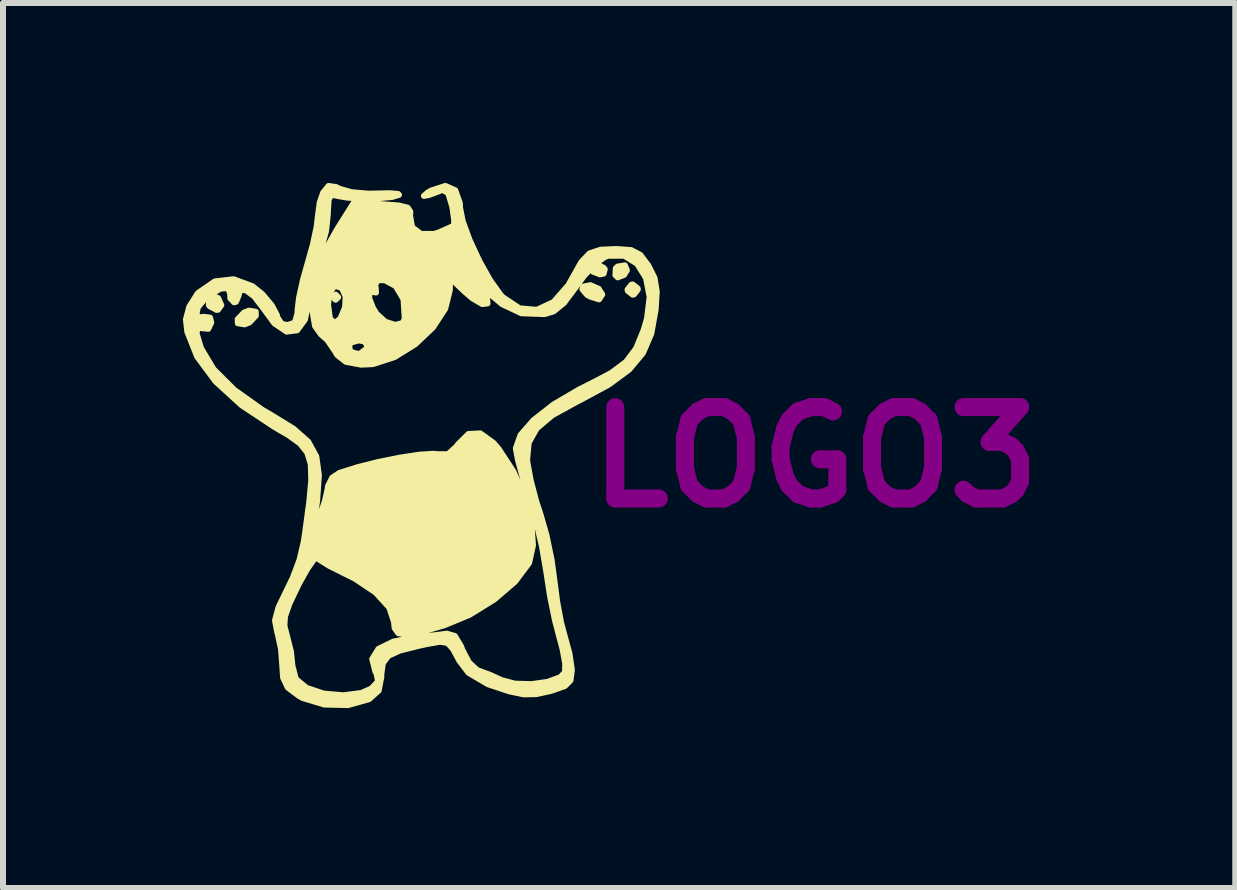
<source format=kicad_pcb>
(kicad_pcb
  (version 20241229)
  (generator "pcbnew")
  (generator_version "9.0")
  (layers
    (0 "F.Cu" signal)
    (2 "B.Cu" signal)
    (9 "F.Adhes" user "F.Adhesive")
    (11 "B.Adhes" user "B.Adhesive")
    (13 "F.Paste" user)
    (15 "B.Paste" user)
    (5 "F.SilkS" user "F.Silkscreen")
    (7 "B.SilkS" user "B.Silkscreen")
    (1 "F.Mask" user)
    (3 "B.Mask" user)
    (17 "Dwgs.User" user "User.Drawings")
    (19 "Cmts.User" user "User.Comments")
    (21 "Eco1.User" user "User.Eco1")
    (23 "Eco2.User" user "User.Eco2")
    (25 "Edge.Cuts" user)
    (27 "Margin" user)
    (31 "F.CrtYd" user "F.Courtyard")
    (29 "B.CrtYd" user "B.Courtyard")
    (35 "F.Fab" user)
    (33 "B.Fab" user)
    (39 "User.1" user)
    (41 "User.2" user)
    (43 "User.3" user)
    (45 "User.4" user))
  (footprint "LOGO3"
    (layer "F.Cu")
    (at 4.197 4.318)
    (property "Reference" "LOGO3" (at 6.35 0.254 0) (layer "F.Adhes") (effects (font (size 1.524 1.524) (thickness 0.3))))
    (attr through_hole)
    (fp_poly (pts (xy -1.609 -2.413) (xy -1.651 -2.371) (xy -1.693 -2.413) (xy -1.651 -2.455) (xy -1.609 -2.413)) (stroke (width 0.1) (type solid)) (fill yes) (layer "F.SilkS"))
    (fp_poly (pts (xy 3.205 -2.861) (xy 3.158 -2.785) (xy 3.052 -2.744) (xy 3.014 -2.781) (xy 3.021 -2.895) (xy 3.052 -2.924) (xy 3.172 -2.943) (xy 3.205 -2.861)) (stroke (width 0.1) (type solid)) (fill yes) (layer "F.SilkS"))
    (fp_poly (pts (xy -3.558 -2.28) (xy -3.612 -2.204) (xy -3.636 -2.201) (xy -3.751 -2.263) (xy -3.764 -2.28) (xy -3.76 -2.381) (xy -3.67 -2.424) (xy -3.61 -2.397) (xy -3.558 -2.28)) (stroke (width 0.1) (type solid)) (fill yes) (layer "F.SilkS"))
    (fp_poly (pts (xy -2.982 -2.104) (xy -3.089 -1.991) (xy -3.171 -1.96) (xy -3.282 -1.979) (xy -3.284 -2.045) (xy -3.177 -2.157) (xy -3.095 -2.188) (xy -2.983 -2.17) (xy -2.982 -2.104)) (stroke (width 0.1) (type solid)) (fill yes) (layer "F.SilkS"))
    (fp_poly (pts (xy 2.794 -2.458) (xy 2.741 -2.377) (xy 2.586 -2.426) (xy 2.542 -2.452) (xy 2.464 -2.545) (xy 2.475 -2.588) (xy 2.596 -2.613) (xy 2.734 -2.553) (xy 2.794 -2.458)) (stroke (width 0.1) (type solid)) (fill yes) (layer "F.SilkS"))
    (fp_poly (pts (xy 2.836 -2.879) (xy 2.817 -2.806) (xy 2.757 -2.794) (xy 2.641 -2.838) (xy 2.625 -2.879) (xy 2.685 -2.961) (xy 2.704 -2.963) (xy 2.819 -2.902) (xy 2.836 -2.879)) (stroke (width 0.1) (type solid)) (fill yes) (layer "F.SilkS"))
    (fp_poly (pts (xy 3.387 -2.54) (xy 3.322 -2.458) (xy 3.302 -2.455) (xy 3.22 -2.52) (xy 3.217 -2.54) (xy 3.282 -2.622) (xy 3.302 -2.625) (xy 3.384 -2.56) (xy 3.387 -2.54)) (stroke (width 0.1) (type solid)) (fill yes) (layer "F.SilkS"))
    (fp_poly (pts (xy 3.703 -2.506) (xy 3.685 -2.207) (xy 3.612 -1.805) (xy 3.585 -1.742) (xy 3.585 -2.417) (xy 3.524 -2.733) (xy 3.376 -2.971) (xy 3.161 -3.104) (xy 2.897 -3.104) (xy 2.837 -3.084) (xy 2.68 -2.972) (xy 2.488 -2.765) (xy 2.354 -2.582) (xy 2.155 -2.316) (xy 1.982 -2.176) (xy 1.831 -2.131) (xy 1.446 -2.145) (xy 1.128 -2.295) (xy 1.019 -2.386) (xy 0.888 -2.496) (xy 0.854 -2.484) (xy 0.87 -2.431) (xy 0.881 -2.309) (xy 0.807 -2.3) (xy 0.807 -2.625) (xy 0.796 -2.692) (xy 0.722 -2.868) (xy 0.635 -3.048) (xy 0.511 -3.279) (xy 0.415 -3.433) (xy 0.378 -3.471) (xy 0.39 -3.404) (xy 0.463 -3.228) (xy 0.55 -3.048) (xy 0.674 -2.817) (xy 0.77 -2.663) (xy 0.807 -2.625) (xy 0.807 -2.3) (xy 0.793 -2.299) (xy 0.63 -2.394) (xy 0.491 -2.514) (xy 0.254 -2.741) (xy 0.254 -2.535) (xy 0.176 -2.221) (xy -0.029 -1.908) (xy -0.323 -1.629) (xy -0.498 -1.52) (xy -0.498 -2.053) (xy -0.519 -2.381) (xy -0.647 -2.595) (xy -0.657 -2.603) (xy -0.83 -2.696) (xy -0.957 -2.697) (xy -0.993 -2.609) (xy -0.984 -2.578) (xy -0.978 -2.491) (xy -1.017 -2.498) (xy -1.09 -2.499) (xy -1.091 -2.394) (xy -1.027 -2.231) (xy -0.969 -2.136) (xy -0.823 -2.004) (xy -0.659 -1.95) (xy -0.532 -1.982) (xy -0.498 -2.053) (xy -0.498 -1.52) (xy -0.669 -1.414) (xy -1.027 -1.298) (xy -1.12 -1.293) (xy -1.12 -1.593) (xy -1.162 -1.673) (xy -1.263 -1.693) (xy -1.415 -1.652) (xy -1.424 -1.549) (xy -1.381 -1.494) (xy -1.255 -1.462) (xy -1.139 -1.551) (xy -1.12 -1.593) (xy -1.12 -1.293) (xy -1.226 -1.288) (xy -1.479 -1.335) (xy -1.484 -1.339) (xy -1.484 -2.428) (xy -1.547 -2.565) (xy -1.653 -2.602) (xy -1.684 -2.588) (xy -1.753 -2.468) (xy -1.778 -2.295) (xy -1.747 -2.059) (xy -1.67 -1.977) (xy -1.572 -2.055) (xy -1.493 -2.244) (xy -1.484 -2.428) (xy -1.484 -1.339) (xy -1.625 -1.45) (xy -1.664 -1.517) (xy -1.79 -1.701) (xy -1.899 -1.797) (xy -1.995 -1.933) (xy -2.042 -2.217) (xy -2.047 -2.311) (xy -2.062 -2.752) (xy -2.093 -2.371) (xy -2.163 -2.039) (xy -2.293 -1.861) (xy -2.468 -1.839) (xy -2.671 -1.976) (xy -2.866 -2.241) (xy -3.006 -2.425) (xy -3.143 -2.528) (xy -3.244 -2.536) (xy -3.271 -2.434) (xy -3.313 -2.336) (xy -3.344 -2.328) (xy -3.407 -2.396) (xy -3.409 -2.473) (xy -3.446 -2.568) (xy -3.576 -2.554) (xy -3.771 -2.436) (xy -3.831 -2.387) (xy -3.947 -2.246) (xy -3.975 -2.125) (xy -3.913 -2.073) (xy -3.852 -2.086) (xy -3.745 -2.072) (xy -3.725 -1.99) (xy -3.774 -1.886) (xy -3.852 -1.893) (xy -3.953 -1.904) (xy -3.97 -1.81) (xy -3.904 -1.591) (xy -3.889 -1.551) (xy -3.686 -1.212) (xy -3.339 -0.866) (xy -2.87 -0.533) (xy -2.726 -0.449) (xy -2.352 -0.219) (xy -2.107 -0.002) (xy -1.973 0.244) (xy -1.93 0.558) (xy -1.96 0.982) (xy -1.981 1.143) (xy -2.04 1.566) (xy -1.91 1.228) (xy -1.828 0.98) (xy -1.782 0.778) (xy -1.779 0.739) (xy -1.707 0.596) (xy -1.587 0.517) (xy -1.294 0.424) (xy -0.94 0.335) (xy -0.577 0.262) (xy -0.253 0.213) (xy -0.019 0.198) (xy 0.044 0.205) (xy 0.224 0.205) (xy 0.367 0.075) (xy 0.388 0.043) (xy 0.565 -0.132) (xy 0.761 -0.142) (xy 0.98 0.016) (xy 1.067 0.116) (xy 1.313 0.494) (xy 1.498 0.917) (xy 1.611 1.34) (xy 1.64 1.721) (xy 1.575 2.016) (xy 1.571 2.023) (xy 1.342 2.328) (xy 0.995 2.627) (xy 0.579 2.884) (xy 0.164 3.056) (xy -0.215 3.166) (xy -0.463 3.211) (xy -0.605 3.19) (xy -0.667 3.102) (xy -0.677 3.002) (xy -0.757 2.76) (xy -0.983 2.512) (xy -1.334 2.277) (xy -1.523 2.184) (xy -1.755 2.068) (xy -1.917 1.967) (xy -1.956 1.931) (xy -2.014 1.961) (xy -2.122 2.114) (xy -2.258 2.357) (xy -2.282 2.405) (xy -2.425 2.707) (xy -2.496 2.912) (xy -2.505 3.069) (xy -2.464 3.228) (xy -2.396 3.497) (xy -2.371 3.735) (xy -2.314 3.954) (xy -2.138 4.1) (xy -1.852 4.196) (xy -1.522 4.225) (xy -1.219 4.186) (xy -1.053 4.111) (xy -0.942 3.992) (xy -0.97 3.859) (xy -0.989 3.826) (xy -1.041 3.62) (xy -0.937 3.451) (xy -0.687 3.329) (xy -0.406 3.273) (xy -0.119 3.238) (xy 0.118 3.209) (xy 0.202 3.197) (xy 0.337 3.236) (xy 0.442 3.413) (xy 0.463 3.469) (xy 0.572 3.677) (xy 0.707 3.803) (xy 0.726 3.811) (xy 0.924 3.884) (xy 1.115 3.972) (xy 1.338 4.031) (xy 1.614 4.039) (xy 1.885 4.001) (xy 2.093 3.924) (xy 2.174 3.843) (xy 2.177 3.696) (xy 2.133 3.454) (xy 2.085 3.277) (xy 2.004 2.964) (xy 1.924 2.569) (xy 1.864 2.179) (xy 1.79 1.744) (xy 1.678 1.268) (xy 1.568 0.902) (xy 1.465 0.58) (xy 1.389 0.3) (xy 1.355 0.117) (xy 1.355 0.102) (xy 1.432 -0.114) (xy 1.648 -0.362) (xy 1.982 -0.623) (xy 2.41 -0.875) (xy 2.564 -0.951) (xy 2.939 -1.146) (xy 3.191 -1.334) (xy 3.36 -1.559) (xy 3.485 -1.865) (xy 3.54 -2.053) (xy 3.585 -2.417) (xy 3.585 -1.742) (xy 3.473 -1.482) (xy 3.245 -1.208) (xy 2.903 -0.955) (xy 2.422 -0.695) (xy 2.371 -0.67) (xy 1.963 -0.446) (xy 1.702 -0.226) (xy 1.568 0.012) (xy 1.542 0.294) (xy 1.548 0.354) (xy 1.602 0.645) (xy 1.695 0.996) (xy 1.763 1.203) (xy 1.863 1.551) (xy 1.95 1.968) (xy 1.996 2.304) (xy 2.043 2.666) (xy 2.107 3.01) (xy 2.171 3.249) (xy 2.247 3.526) (xy 2.285 3.782) (xy 2.286 3.817) (xy 2.265 3.976) (xy 2.17 4.071) (xy 1.957 4.146) (xy 1.933 4.153) (xy 1.694 4.205) (xy 1.485 4.209) (xy 1.245 4.159) (xy 0.915 4.049) (xy 0.889 4.04) (xy 0.564 3.849) (xy 0.41 3.645) (xy 0.305 3.45) (xy 0.216 3.352) (xy 0.089 3.332) (xy -0.128 3.37) (xy -0.262 3.399) (xy -0.584 3.48) (xy -0.773 3.567) (xy -0.863 3.688) (xy -0.889 3.872) (xy -0.889 3.917) (xy -0.933 4.145) (xy -1.091 4.287) (xy -1.101 4.292) (xy -1.445 4.388) (xy -1.839 4.379) (xy -2.201 4.27) (xy -2.265 4.234) (xy -2.45 4.094) (xy -2.527 3.929) (xy -2.54 3.732) (xy -2.562 3.45) (xy -2.616 3.2) (xy -2.624 3.176) (xy -2.662 2.977) (xy -2.603 2.758) (xy -2.547 2.641) (xy -2.366 2.268) (xy -2.253 1.968) (xy -2.183 1.669) (xy -2.161 1.524) (xy -2.092 1.013) (xy -2.057 0.639) (xy -2.065 0.37) (xy -2.125 0.176) (xy -2.245 0.026) (xy -2.435 -0.111) (xy -2.667 -0.246) (xy -3.217 -0.61) (xy -3.653 -1.008) (xy -3.96 -1.423) (xy -4.124 -1.837) (xy -4.147 -2.041) (xy -4.091 -2.253) (xy -3.954 -2.47) (xy -3.941 -2.485) (xy -3.664 -2.676) (xy -3.352 -2.712) (xy -3.038 -2.596) (xy -2.872 -2.462) (xy -2.715 -2.275) (xy -2.63 -2.113) (xy -2.625 -2.081) (xy -2.554 -1.97) (xy -2.455 -1.947) (xy -2.33 -1.989) (xy -2.287 -2.141) (xy -2.286 -2.194) (xy -2.261 -2.404) (xy -2.195 -2.704) (xy -2.118 -2.977) (xy -2.029 -3.295) (xy -1.968 -3.583) (xy -1.948 -3.752) (xy -1.916 -3.993) (xy -1.859 -4.155) (xy -1.769 -4.267) (xy -1.643 -4.249) (xy -1.584 -4.22) (xy -1.389 -4.164) (xy -1.111 -4.139) (xy -0.974 -4.141) (xy -0.743 -4.146) (xy -0.609 -4.134) (xy -0.595 -4.119) (xy -0.71 -4.084) (xy -0.932 -4.064) (xy -1.199 -4.06) (xy -1.449 -4.072) (xy -1.62 -4.101) (xy -1.63 -4.105) (xy -1.722 -4.121) (xy -1.767 -4.043) (xy -1.781 -3.835) (xy -1.781 -3.798) (xy -1.811 -3.513) (xy -1.882 -3.264) (xy -1.905 -3.217) (xy -1.995 -3.018) (xy -2.026 -2.879) (xy -1.998 -2.859) (xy -1.93 -2.972) (xy -1.912 -3.012) (xy -1.795 -3.247) (xy -1.636 -3.527) (xy -1.573 -3.63) (xy -1.347 -3.988) (xy -0.864 -3.962) (xy -0.591 -3.941) (xy -0.45 -3.905) (xy -0.405 -3.837) (xy -0.41 -3.772) (xy -0.377 -3.579) (xy -0.229 -3.468) (xy -0.009 -3.467) (xy 0.072 -3.494) (xy 0.242 -3.569) (xy 0.323 -3.607) (xy 0.326 -3.692) (xy 0.301 -3.881) (xy 0.291 -3.933) (xy 0.227 -4.145) (xy 0.139 -4.202) (xy 0.117 -4.196) (xy -0.098 -4.116) (xy -0.179 -4.102) (xy -0.116 -4.156) (xy -0.058 -4.191) (xy 0.179 -4.268) (xy 0.344 -4.195) (xy 0.42 -3.981) (xy 0.423 -3.905) (xy 0.468 -3.678) (xy 0.583 -3.365) (xy 0.743 -3.021) (xy 0.922 -2.7) (xy 1.096 -2.456) (xy 1.136 -2.413) (xy 1.415 -2.227) (xy 1.705 -2.202) (xy 1.983 -2.332) (xy 2.227 -2.61) (xy 2.297 -2.733) (xy 2.445 -2.998) (xy 2.583 -3.143) (xy 2.766 -3.204) (xy 3.028 -3.216) (xy 3.274 -3.199) (xy 3.428 -3.119) (xy 3.562 -2.942) (xy 3.667 -2.732) (xy 3.703 -2.506)) (stroke (width 0.1) (type solid)) (fill yes) (layer "F.SilkS")))
  (gr_rect
    (start -3 -3)
    (end 17.546 11.756)
    (stroke (width 0.1) (type default))
    (fill no)
    (layer "Edge.Cuts")))
</source>
